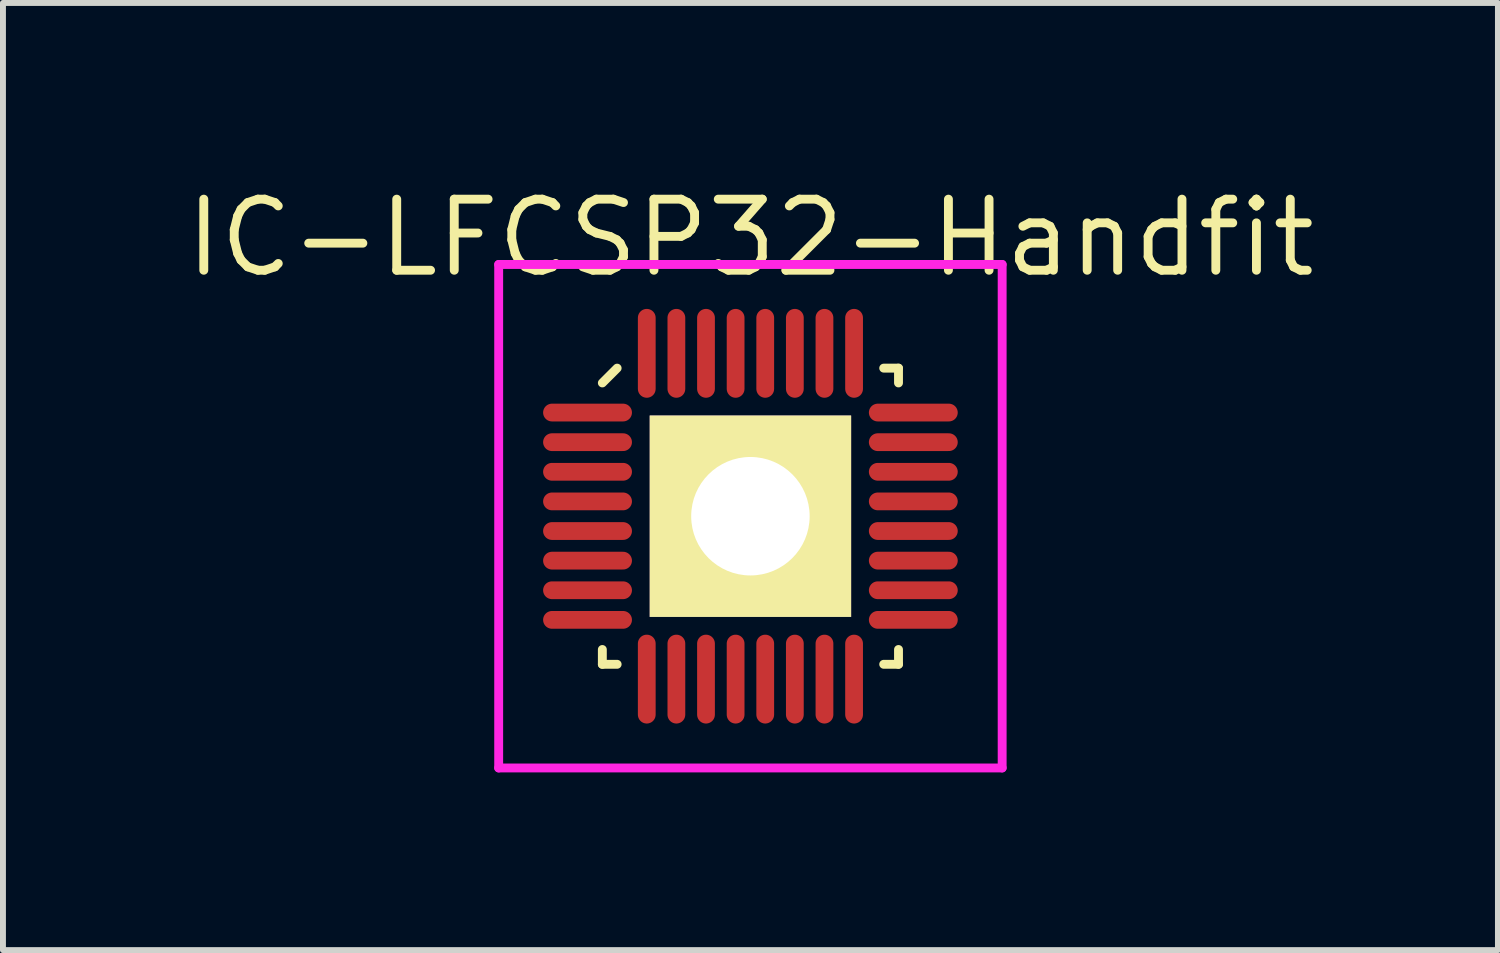
<source format=kicad_pcb>
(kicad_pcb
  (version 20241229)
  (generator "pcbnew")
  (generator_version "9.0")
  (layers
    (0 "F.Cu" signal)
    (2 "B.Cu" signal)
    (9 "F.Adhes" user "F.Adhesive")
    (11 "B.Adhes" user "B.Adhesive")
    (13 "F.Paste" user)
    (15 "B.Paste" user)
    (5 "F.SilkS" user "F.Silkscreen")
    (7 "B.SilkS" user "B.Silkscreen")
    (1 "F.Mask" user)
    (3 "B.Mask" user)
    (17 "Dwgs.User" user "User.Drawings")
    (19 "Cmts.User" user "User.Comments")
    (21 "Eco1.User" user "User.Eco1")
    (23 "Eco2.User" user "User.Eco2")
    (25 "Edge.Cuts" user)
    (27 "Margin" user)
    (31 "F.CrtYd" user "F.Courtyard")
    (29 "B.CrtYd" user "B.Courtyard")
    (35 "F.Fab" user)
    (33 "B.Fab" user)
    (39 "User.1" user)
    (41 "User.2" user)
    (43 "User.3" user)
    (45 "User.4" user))
  (footprint "IC-LFCSP32-Handfit"
    (layer "F.Cu")
    (at 9.619 5.665)
    (property "Reference" "IC-LFCSP32-Handfit" (at 0 -4.7 0) (layer "F.SilkS") (effects (font (size 1.2 1.2) (thickness 0.15))))
    (attr through_hole)
    (fp_line (start -2.5 -2.25) (end -2.25 -2.5) (stroke (width 0.15) (type solid)) (layer "F.SilkS"))
    (fp_line (start -2.5 2.5) (end -2.5 2.25) (stroke (width 0.15) (type solid)) (layer "F.SilkS"))
    (fp_line (start -2.25 2.5) (end -2.5 2.5) (stroke (width 0.15) (type solid)) (layer "F.SilkS"))
    (fp_line (start 2.25 -2.5) (end 2.5 -2.5) (stroke (width 0.15) (type solid)) (layer "F.SilkS"))
    (fp_line (start 2.25 2.5) (end 2.5 2.5) (stroke (width 0.15) (type solid)) (layer "F.SilkS"))
    (fp_line (start 2.5 -2.5) (end 2.5 -2.25) (stroke (width 0.15) (type solid)) (layer "F.SilkS"))
    (fp_line (start 2.5 2.5) (end 2.5 2.25) (stroke (width 0.15) (type solid)) (layer "F.SilkS"))
    (fp_line (start -4.25 -4.25) (end 4.25 -4.25) (stroke (width 0.15) (type solid)) (layer "F.CrtYd"))
    (fp_line (start -4.25 4.25) (end -4.25 -4.25) (stroke (width 0.15) (type solid)) (layer "F.CrtYd"))
    (fp_line (start 4.25 -4.25) (end 4.25 4.25) (stroke (width 0.15) (type solid)) (layer "F.CrtYd"))
    (fp_line (start 4.25 4.25) (end -4.25 4.25) (stroke (width 0.15) (type solid)) (layer "F.CrtYd"))
    (pad "1" smd oval (at -2.75 -1.75 90) (size 0.3 1.5) (layers "F.Cu" "F.Mask" "F.Paste"))
    (pad "2" smd oval (at -2.75 -1.25 90) (size 0.3 1.5) (layers "F.Cu" "F.Mask" "F.Paste"))
    (pad "3" smd oval (at -2.75 -0.75 90) (size 0.3 1.5) (layers "F.Cu" "F.Mask" "F.Paste"))
    (pad "4" smd oval (at -2.75 -0.25 90) (size 0.3 1.5) (layers "F.Cu" "F.Mask" "F.Paste"))
    (pad "5" smd oval (at -2.75 0.25 90) (size 0.3 1.5) (layers "F.Cu" "F.Mask" "F.Paste"))
    (pad "6" smd oval (at -2.75 0.75 90) (size 0.3 1.5) (layers "F.Cu" "F.Mask" "F.Paste"))
    (pad "7" smd oval (at -2.75 1.25 90) (size 0.3 1.5) (layers "F.Cu" "F.Mask" "F.Paste"))
    (pad "8" smd oval (at -2.75 1.75 90) (size 0.3 1.5) (layers "F.Cu" "F.Mask" "F.Paste"))
    (pad "9" smd oval (at -1.75 2.75) (size 0.3 1.5) (layers "F.Cu" "F.Mask" "F.Paste"))
    (pad "10" smd oval (at -1.25 2.75) (size 0.3 1.5) (layers "F.Cu" "F.Mask" "F.Paste"))
    (pad "11" smd oval (at -0.75 2.75) (size 0.3 1.5) (layers "F.Cu" "F.Mask" "F.Paste"))
    (pad "12" smd oval (at -0.25 2.75) (size 0.3 1.5) (layers "F.Cu" "F.Mask" "F.Paste"))
    (pad "13" smd oval (at 0.25 2.75) (size 0.3 1.5) (layers "F.Cu" "F.Mask" "F.Paste"))
    (pad "14" smd oval (at 0.75 2.75) (size 0.3 1.5) (layers "F.Cu" "F.Mask" "F.Paste"))
    (pad "15" smd oval (at 1.25 2.75) (size 0.3 1.5) (layers "F.Cu" "F.Mask" "F.Paste"))
    (pad "16" smd oval (at 1.75 2.75) (size 0.3 1.5) (layers "F.Cu" "F.Mask" "F.Paste"))
    (pad "17" smd oval (at 2.75 1.75 90) (size 0.3 1.5) (layers "F.Cu" "F.Mask" "F.Paste"))
    (pad "18" smd oval (at 2.75 1.25 90) (size 0.3 1.5) (layers "F.Cu" "F.Mask" "F.Paste"))
    (pad "19" smd oval (at 2.75 0.75 90) (size 0.3 1.5) (layers "F.Cu" "F.Mask" "F.Paste"))
    (pad "20" smd oval (at 2.75 0.25 90) (size 0.3 1.5) (layers "F.Cu" "F.Mask" "F.Paste"))
    (pad "21" smd oval (at 2.75 -0.25 90) (size 0.3 1.5) (layers "F.Cu" "F.Mask" "F.Paste"))
    (pad "22" smd oval (at 2.75 -0.75 90) (size 0.3 1.5) (layers "F.Cu" "F.Mask" "F.Paste"))
    (pad "23" smd oval (at 2.75 -1.25 90) (size 0.3 1.5) (layers "F.Cu" "F.Mask" "F.Paste"))
    (pad "24" smd oval (at 2.75 -1.75 90) (size 0.3 1.5) (layers "F.Cu" "F.Mask" "F.Paste"))
    (pad "25" smd oval (at 1.75 -2.75) (size 0.3 1.5) (layers "F.Cu" "F.Mask" "F.Paste"))
    (pad "26" smd oval (at 1.25 -2.75) (size 0.3 1.5) (layers "F.Cu" "F.Mask" "F.Paste"))
    (pad "27" smd oval (at 0.75 -2.75) (size 0.3 1.5) (layers "F.Cu" "F.Mask" "F.Paste"))
    (pad "28" smd oval (at 0.25 -2.75) (size 0.3 1.5) (layers "F.Cu" "F.Mask" "F.Paste"))
    (pad "29" smd oval (at -0.25 -2.75) (size 0.3 1.5) (layers "F.Cu" "F.Mask" "F.Paste"))
    (pad "30" smd oval (at -0.75 -2.75) (size 0.3 1.5) (layers "F.Cu" "F.Mask" "F.Paste"))
    (pad "31" smd oval (at -1.25 -2.75) (size 0.3 1.5) (layers "F.Cu" "F.Mask" "F.Paste"))
    (pad "32" smd oval (at -1.75 -2.75) (size 0.3 1.5) (layers "F.Cu" "F.Mask" "F.Paste"))
    (pad "33" thru_hole rect (at 0 0) (size 3.4 3.4) (drill 2) (layers "*.Cu" "*.Mask" "F.SilkS")))
  (gr_rect
    (start -3 -3)
    (end 22.239 12.99)
    (stroke (width 0.1) (type default))
    (fill no)
    (layer "Edge.Cuts")))
</source>
